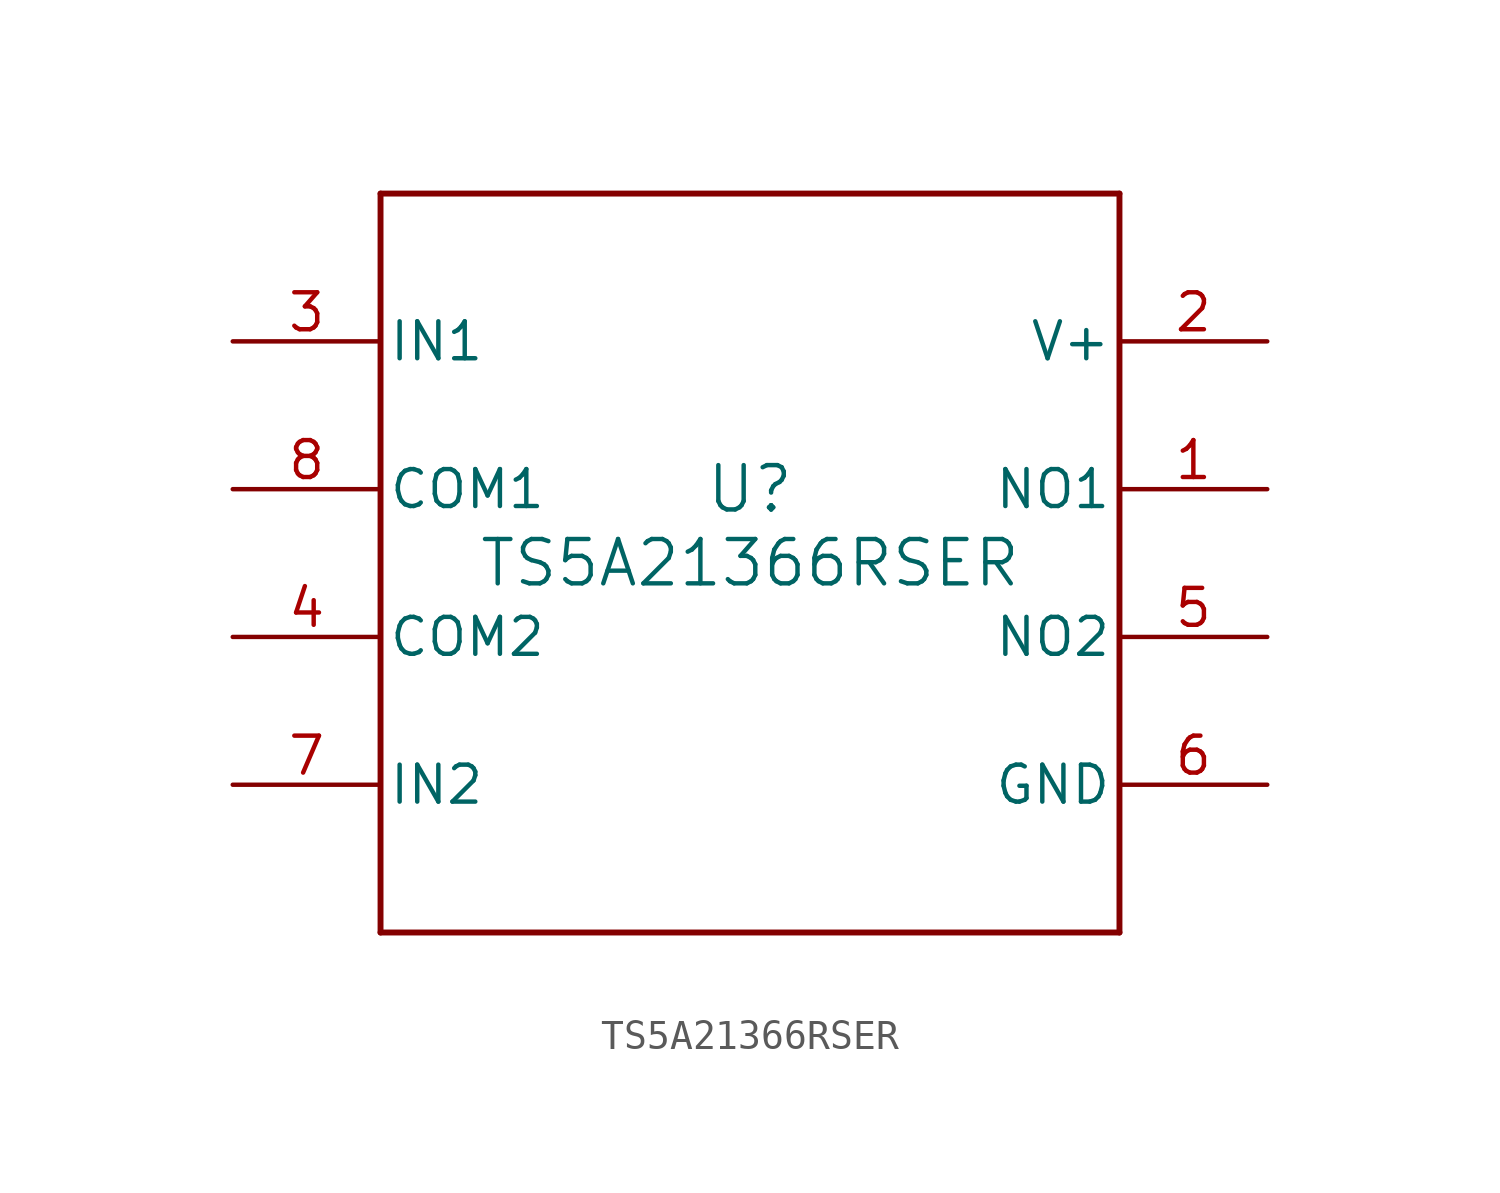
<source format=kicad_sym>
(kicad_symbol_lib
  (version 20211014)
  (generator kicad_symbol_editor)
  (symbol "TS5A21366RSER"
    (pin_names
      (offset 0.254))
    (property "Reference" "U"
      (at 0 2.54 0)
      (effects (font (size 1.524 1.524))))
    (property "Value" "TS5A21366RSER"
      (at 0 0 0)
      (effects (font (size 1.524 1.524))))
    (symbol "TS5A21366RSER_0_1"
      (polyline (pts (xy -12.7 -12.7) (xy 12.7 -12.7)) (stroke (width 0.203) (type default) (color 0 0 0 0)) (fill (type none)))
      (polyline (pts (xy 12.7 -12.7) (xy 12.7 12.7)) (stroke (width 0.203) (type default) (color 0 0 0 0)) (fill (type none)))
      (polyline (pts (xy 12.7 12.7) (xy -12.7 12.7)) (stroke (width 0.203) (type default) (color 0 0 0 0)) (fill (type none)))
      (polyline (pts (xy -12.7 12.7) (xy -12.7 -12.7)) (stroke (width 0.203) (type default) (color 0 0 0 0)) (fill (type none)))
      (pin bidirectional line (at 17.78 2.54 180) (length 5.08) (name "NO1" (effects (font (size 1.27 1.27)))) (number "1" (effects (font (size 1.27 1.27)))))
      (pin power_in line (at 17.78 7.62 180) (length 5.08) (name "V+" (effects (font (size 1.27 1.27)))) (number "2" (effects (font (size 1.27 1.27)))))
      (pin input line (at -17.78 7.62 0) (length 5.08) (name "IN1" (effects (font (size 1.27 1.27)))) (number "3" (effects (font (size 1.27 1.27)))))
      (pin bidirectional line (at -17.78 -2.54 0) (length 5.08) (name "COM2" (effects (font (size 1.27 1.27)))) (number "4" (effects (font (size 1.27 1.27)))))
      (pin bidirectional line (at 17.78 -2.54 180) (length 5.08) (name "NO2" (effects (font (size 1.27 1.27)))) (number "5" (effects (font (size 1.27 1.27)))))
      (pin power_in line (at 17.78 -7.62 180) (length 5.08) (name "GND" (effects (font (size 1.27 1.27)))) (number "6" (effects (font (size 1.27 1.27)))))
      (pin input line (at -17.78 -7.62 0) (length 5.08) (name "IN2" (effects (font (size 1.27 1.27)))) (number "7" (effects (font (size 1.27 1.27)))))
      (pin bidirectional line (at -17.78 2.54 0) (length 5.08) (name "COM1" (effects (font (size 1.27 1.27)))) (number "8" (effects (font (size 1.27 1.27))))))))
</source>
